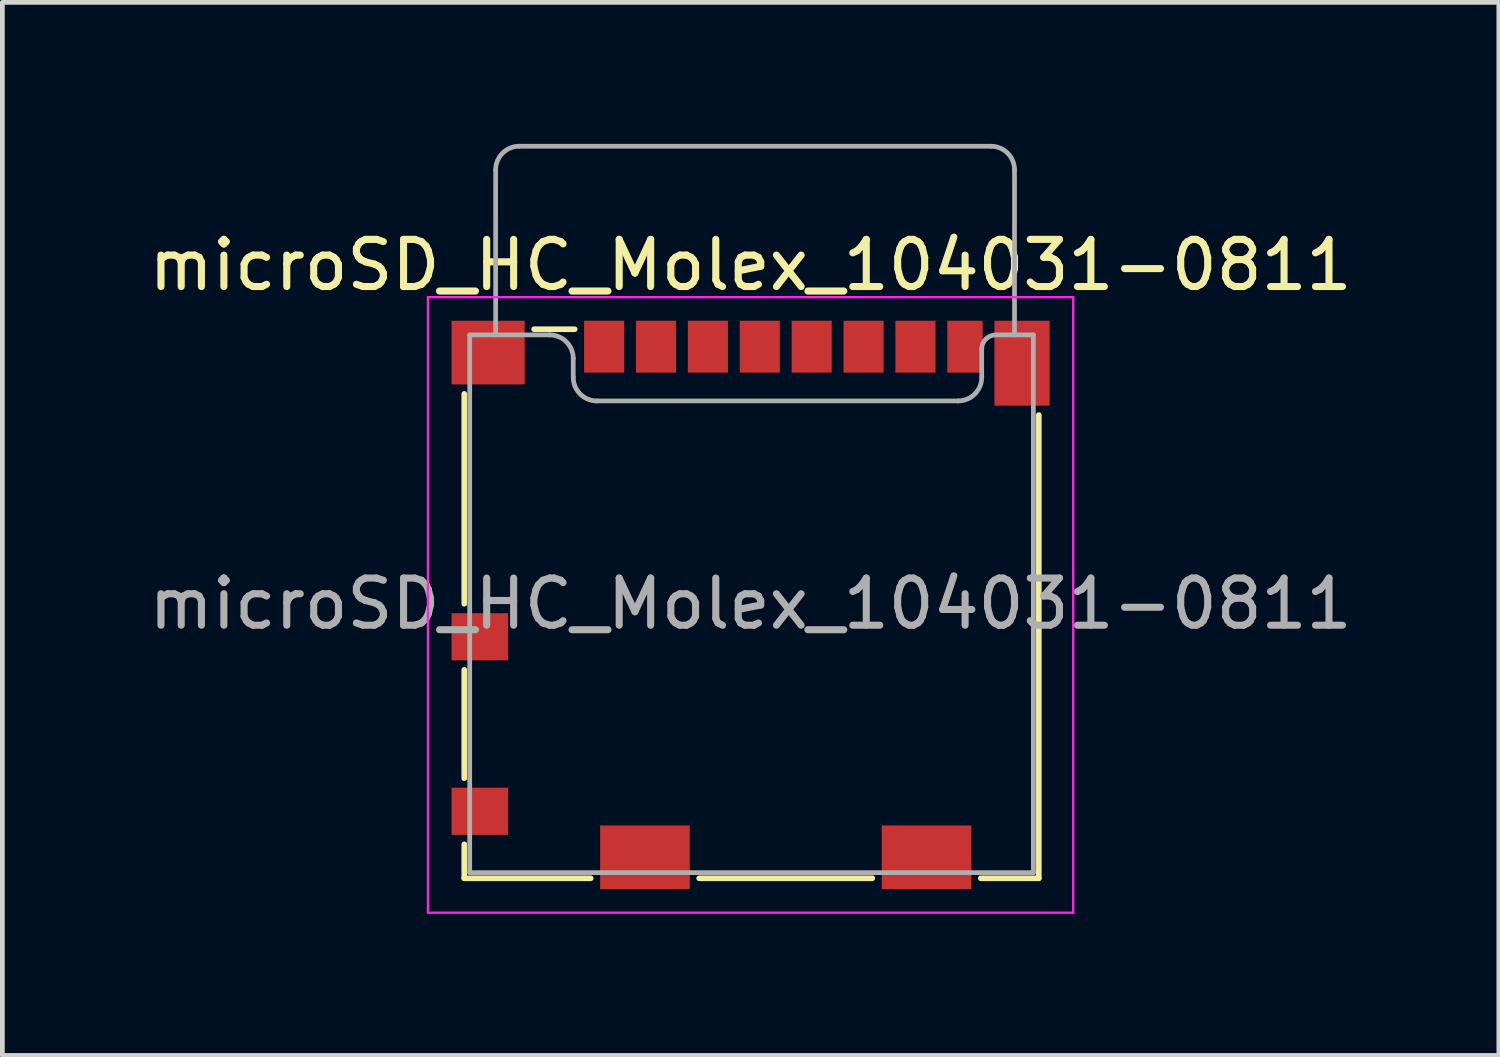
<source format=kicad_pcb>
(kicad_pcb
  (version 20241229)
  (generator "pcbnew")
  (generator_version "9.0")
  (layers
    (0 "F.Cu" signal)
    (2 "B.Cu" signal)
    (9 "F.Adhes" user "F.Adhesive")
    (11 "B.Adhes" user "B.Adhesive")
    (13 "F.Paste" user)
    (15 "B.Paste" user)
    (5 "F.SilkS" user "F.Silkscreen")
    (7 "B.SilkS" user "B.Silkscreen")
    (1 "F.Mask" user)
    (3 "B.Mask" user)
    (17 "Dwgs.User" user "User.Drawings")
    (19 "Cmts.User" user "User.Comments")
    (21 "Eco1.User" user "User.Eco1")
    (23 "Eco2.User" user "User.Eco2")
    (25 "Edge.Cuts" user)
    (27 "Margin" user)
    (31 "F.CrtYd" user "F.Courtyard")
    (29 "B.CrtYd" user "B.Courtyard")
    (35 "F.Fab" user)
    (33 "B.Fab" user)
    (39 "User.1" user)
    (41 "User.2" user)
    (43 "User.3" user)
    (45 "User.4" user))
  (footprint "microSD_HC_Molex_104031-0811"
    (layer "F.Cu")
    (at 12.863 9.75)
    (property "Reference" "microSD_HC_Molex_104031-0811" (at 0 -7.18 0) (layer "F.SilkS") (effects (font (size 1 1) (thickness 0.15))))
    (attr smd)
    (fp_line (start -6.07 -4.45) (end -6.07 0) (stroke (width 0.12) (type solid)) (layer "F.SilkS"))
    (fp_line (start -6.07 1.4) (end -6.07 3.7) (stroke (width 0.12) (type solid)) (layer "F.SilkS"))
    (fp_line (start -6.07 5.1) (end -6.07 5.82) (stroke (width 0.12) (type solid)) (layer "F.SilkS"))
    (fp_line (start -6.07 5.82) (end -3.39 5.82) (stroke (width 0.12) (type solid)) (layer "F.SilkS"))
    (fp_line (start -4.59 -5.82) (end -3.73 -5.82) (stroke (width 0.12) (type solid)) (layer "F.SilkS"))
    (fp_line (start -1.09 5.82) (end 2.58 5.82) (stroke (width 0.12) (type solid)) (layer "F.SilkS"))
    (fp_line (start 4.88 5.82) (end 6.11 5.82) (stroke (width 0.12) (type solid)) (layer "F.SilkS"))
    (fp_line (start 6.11 5.82) (end 6.11 -4) (stroke (width 0.12) (type solid)) (layer "F.SilkS"))
    (fp_line (start -6.84 -6.5) (end 6.84 -6.5) (stroke (width 0.05) (type solid)) (layer "F.CrtYd"))
    (fp_line (start -6.84 6.55) (end -6.84 -6.5) (stroke (width 0.05) (type solid)) (layer "F.CrtYd"))
    (fp_line (start 6.84 -6.5) (end 6.84 6.55) (stroke (width 0.05) (type solid)) (layer "F.CrtYd"))
    (fp_line (start 6.84 6.55) (end -6.84 6.55) (stroke (width 0.05) (type solid)) (layer "F.CrtYd"))
    (fp_line (start -5.955 -5.7) (end -5.955 5.7) (stroke (width 0.1) (type solid)) (layer "F.Fab"))
    (fp_line (start -5.955 -5.7) (end -4.26 -5.7) (stroke (width 0.1) (type solid)) (layer "F.Fab"))
    (fp_line (start -5.405 -9.2) (end -5.405 -5.7) (stroke (width 0.1) (type solid)) (layer "F.Fab"))
    (fp_line (start -4.905 -9.7) (end 5.095 -9.7) (stroke (width 0.1) (type solid)) (layer "F.Fab"))
    (fp_line (start -3.76 -4.8) (end -3.76 -5.2) (stroke (width 0.1) (type solid)) (layer "F.Fab"))
    (fp_line (start 4.4 -4.3) (end -3.26 -4.3) (stroke (width 0.1) (type solid)) (layer "F.Fab"))
    (fp_line (start 4.9 -5.4) (end 4.9 -4.8) (stroke (width 0.1) (type solid)) (layer "F.Fab"))
    (fp_line (start 5.595 -5.7) (end 5.595 -9.2) (stroke (width 0.1) (type solid)) (layer "F.Fab"))
    (fp_line (start 5.995 -5.7) (end 5.21 -5.7) (stroke (width 0.1) (type solid)) (layer "F.Fab"))
    (fp_line (start 5.995 5.7) (end -5.955 5.7) (stroke (width 0.1) (type solid)) (layer "F.Fab"))
    (fp_line (start 5.995 5.7) (end 5.995 -5.7) (stroke (width 0.1) (type solid)) (layer "F.Fab"))
    (fp_arc (start -5.405 -9.2) (mid -5.258553 -9.553553) (end -4.905 -9.7) (stroke (width 0.1) (type solid)) (layer "F.Fab"))
    (fp_arc (start -4.26 -5.7) (mid -3.906447 -5.553553) (end -3.76 -5.2) (stroke (width 0.1) (type solid)) (layer "F.Fab"))
    (fp_arc (start -3.26 -4.3) (mid -3.613553 -4.446447) (end -3.76 -4.8) (stroke (width 0.1) (type solid)) (layer "F.Fab"))
    (fp_arc (start 4.9 -5.4) (mid 4.987868 -5.612132) (end 5.2 -5.7) (stroke (width 0.1) (type solid)) (layer "F.Fab"))
    (fp_arc (start 4.9 -4.8) (mid 4.753553 -4.446447) (end 4.4 -4.3) (stroke (width 0.1) (type solid)) (layer "F.Fab"))
    (fp_arc (start 5.095 -9.7) (mid 5.448553 -9.553553) (end 5.595 -9.2) (stroke (width 0.1) (type solid)) (layer "F.Fab"))
    (fp_text user "${REFERENCE}" (at 0 0 0) (layer "F.Fab") (effects (font (size 1 1) (thickness 0.15))))
    (pad "1" smd rect (at -3.105 -5.45) (size 0.85 1.1) (layers "F.Cu" "F.Mask" "F.Paste"))
    (pad "2" smd rect (at -2.005 -5.45) (size 0.85 1.1) (layers "F.Cu" "F.Mask" "F.Paste"))
    (pad "3" smd rect (at -0.905 -5.45) (size 0.85 1.1) (layers "F.Cu" "F.Mask" "F.Paste"))
    (pad "4" smd rect (at 0.195 -5.45) (size 0.85 1.1) (layers "F.Cu" "F.Mask" "F.Paste"))
    (pad "5" smd rect (at 1.295 -5.45) (size 0.85 1.1) (layers "F.Cu" "F.Mask" "F.Paste"))
    (pad "6" smd rect (at 2.395 -5.45) (size 0.85 1.1) (layers "F.Cu" "F.Mask" "F.Paste"))
    (pad "7" smd rect (at 3.495 -5.45) (size 0.85 1.1) (layers "F.Cu" "F.Mask" "F.Paste"))
    (pad "8" smd rect (at 4.545 -5.45) (size 0.75 1.1) (layers "F.Cu" "F.Mask" "F.Paste"))
    (pad "9" smd rect (at -5.74 0.7) (size 1.2 1) (layers "F.Cu" "F.Mask" "F.Paste"))
    (pad "10" smd rect (at -5.74 4.4) (size 1.2 1) (layers "F.Cu" "F.Mask" "F.Paste"))
    (pad "11" smd rect (at -5.565 -5.325) (size 1.55 1.35) (layers "F.Cu" "F.Mask" "F.Paste"))
    (pad "11" smd rect (at -2.24 5.375) (size 1.9 1.35) (layers "F.Cu" "F.Mask" "F.Paste"))
    (pad "11" smd rect (at 3.73 5.375) (size 1.9 1.35) (layers "F.Cu" "F.Mask" "F.Paste"))
    (pad "11" smd rect (at 5.755 -5.1) (size 1.17 1.8) (layers "F.Cu" "F.Mask" "F.Paste")))
  (gr_rect
    (start -3 -3)
    (end 28.726 19.325)
    (stroke (width 0.1) (type default))
    (fill no)
    (layer "Edge.Cuts")))
</source>
